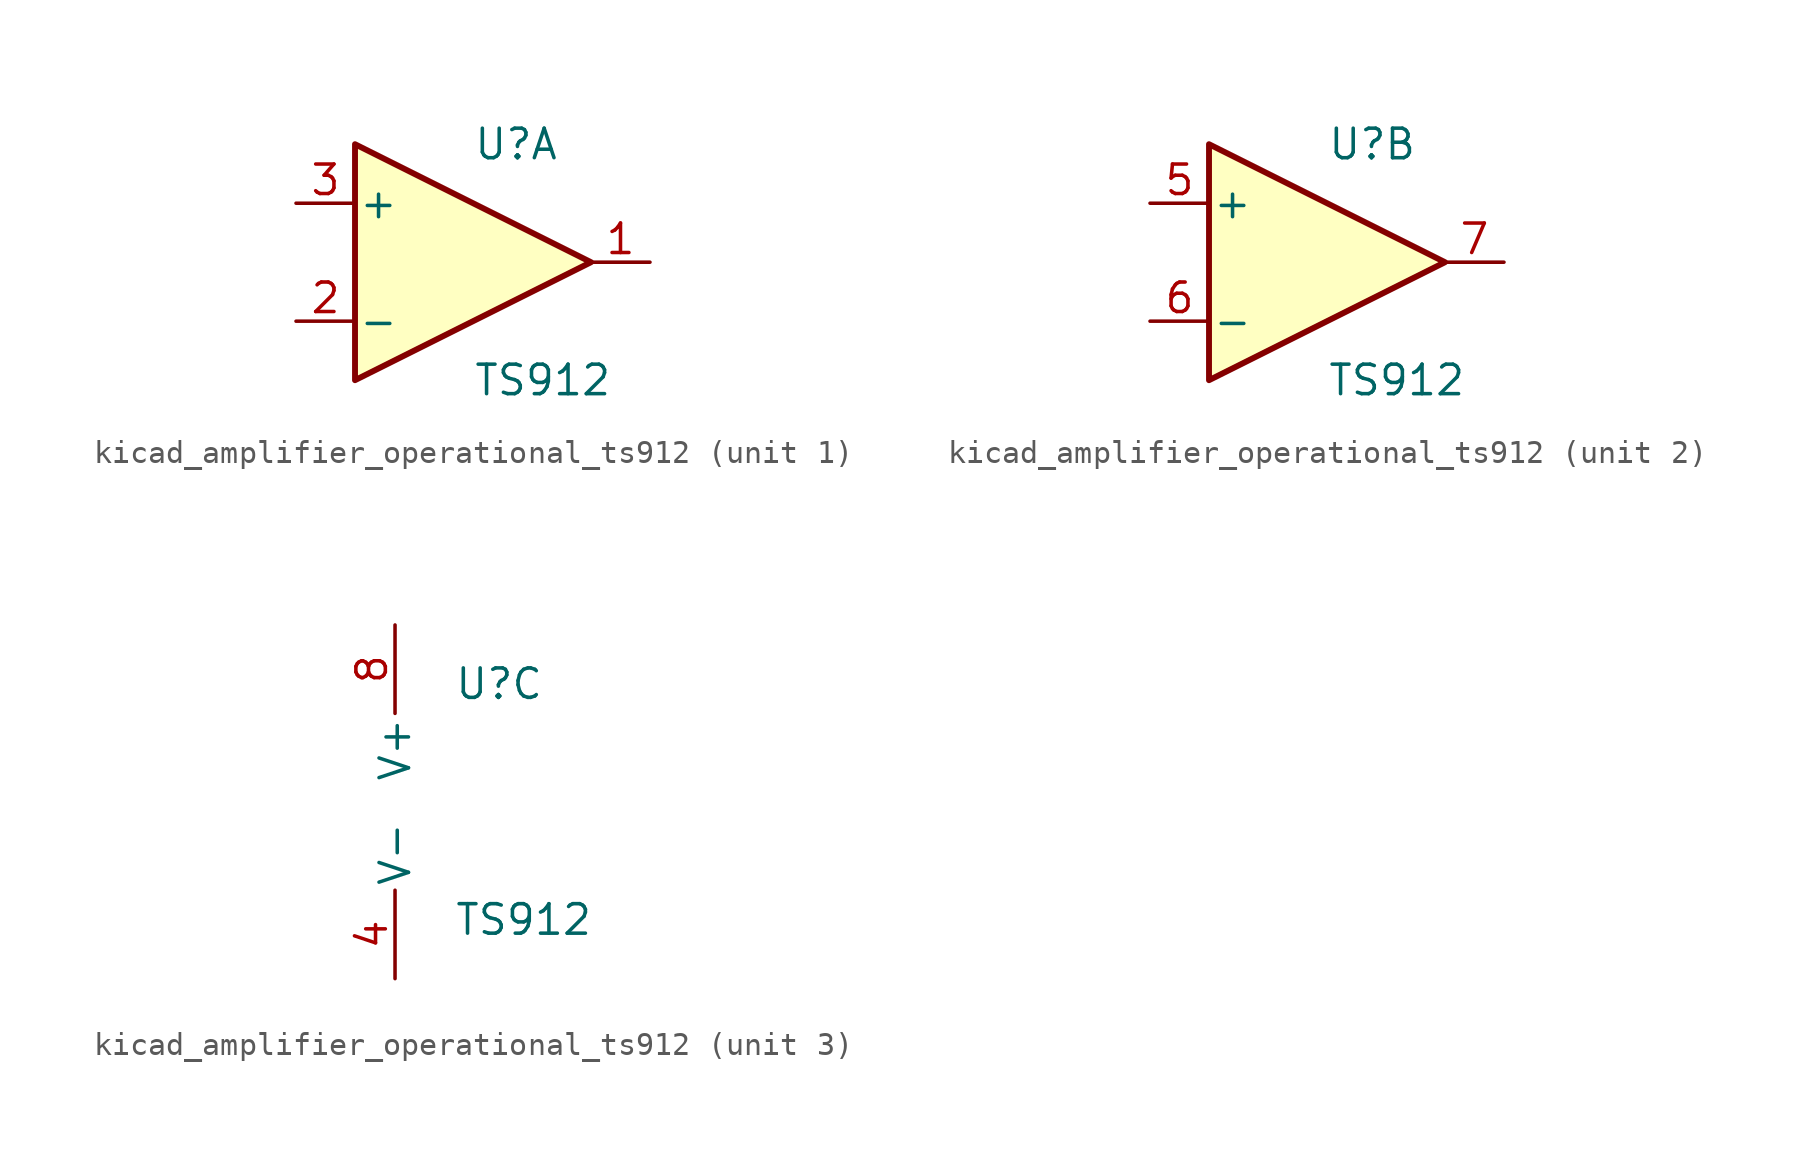
<source format=kicad_sym>
(kicad_symbol_lib
  (version 20220914)
  (generator kicad_symbol_editor)
  (symbol "kicad_amplifier_operational_ts912"
    (pin_names
      (offset 0.127))
    (property "Reference" "U"
      (at 0 5.08 0)
      (effects (font (size 1.27 1.27)) (justify left)))
    (property "Value" "TS912"
      (at 0 -5.08 0)
      (effects (font (size 1.27 1.27)) (justify left)))
    (property "ki_locked" ""
      (at 0 0 0)
      (effects (font (size 1.27 1.27))))
    (symbol "kicad_amplifier_operational_ts912_1_1"
      (polyline (pts (xy -5.08 5.08) (xy 5.08 0) (xy -5.08 -5.08) (xy -5.08 5.08)) (stroke (width 0.254) (type default)) (fill (type background)))
      (pin output line (at 7.62 0 180) (length 2.54) (name "~" (effects (font (size 1.27 1.27)))) (number "1" (effects (font (size 1.27 1.27)))))
      (pin input line (at -7.62 -2.54 0) (length 2.54) (name "-" (effects (font (size 1.27 1.27)))) (number "2" (effects (font (size 1.27 1.27)))))
      (pin input line (at -7.62 2.54 0) (length 2.54) (name "+" (effects (font (size 1.27 1.27)))) (number "3" (effects (font (size 1.27 1.27))))))
    (symbol "kicad_amplifier_operational_ts912_2_1"
      (polyline (pts (xy -5.08 5.08) (xy 5.08 0) (xy -5.08 -5.08) (xy -5.08 5.08)) (stroke (width 0.254) (type default)) (fill (type background)))
      (pin input line (at -7.62 2.54 0) (length 2.54) (name "+" (effects (font (size 1.27 1.27)))) (number "5" (effects (font (size 1.27 1.27)))))
      (pin input line (at -7.62 -2.54 0) (length 2.54) (name "-" (effects (font (size 1.27 1.27)))) (number "6" (effects (font (size 1.27 1.27)))))
      (pin output line (at 7.62 0 180) (length 2.54) (name "~" (effects (font (size 1.27 1.27)))) (number "7" (effects (font (size 1.27 1.27))))))
    (symbol "kicad_amplifier_operational_ts912_3_1"
      (pin power_in line (at -2.54 -7.62 90) (length 3.81) (name "V-" (effects (font (size 1.27 1.27)))) (number "4" (effects (font (size 1.27 1.27)))))
      (pin power_in line (at -2.54 7.62 270) (length 3.81) (name "V+" (effects (font (size 1.27 1.27)))) (number "8" (effects (font (size 1.27 1.27))))))))
</source>
